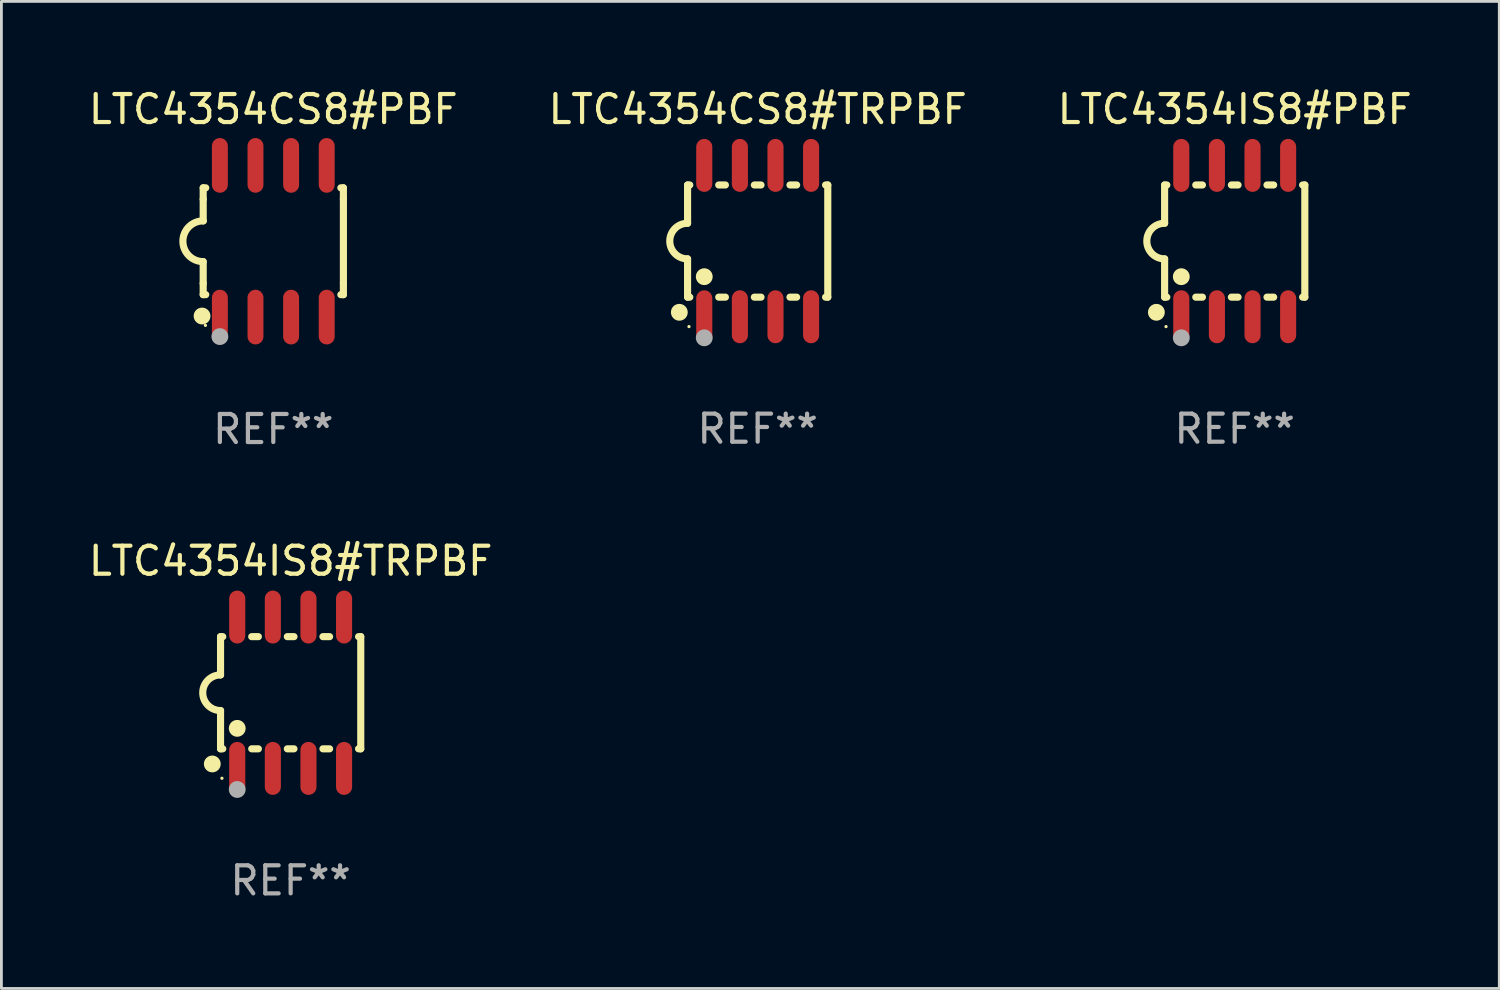
<source format=kicad_pcb>
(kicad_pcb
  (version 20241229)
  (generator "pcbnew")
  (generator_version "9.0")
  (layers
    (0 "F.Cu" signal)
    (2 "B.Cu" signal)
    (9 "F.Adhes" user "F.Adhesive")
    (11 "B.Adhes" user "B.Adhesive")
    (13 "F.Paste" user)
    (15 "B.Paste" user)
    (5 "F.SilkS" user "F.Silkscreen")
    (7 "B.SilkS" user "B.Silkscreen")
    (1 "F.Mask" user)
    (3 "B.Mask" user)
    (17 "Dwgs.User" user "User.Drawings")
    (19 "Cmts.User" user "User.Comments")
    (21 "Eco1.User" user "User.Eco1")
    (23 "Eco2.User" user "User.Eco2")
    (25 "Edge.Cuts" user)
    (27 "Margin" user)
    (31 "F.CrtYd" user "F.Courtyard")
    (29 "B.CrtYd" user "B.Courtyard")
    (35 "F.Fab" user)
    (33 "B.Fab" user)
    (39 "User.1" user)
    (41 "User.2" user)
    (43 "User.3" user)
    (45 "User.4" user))
  (footprint "LTC4354CS8#TRPBF"
    (layer "F.Cu")
    (at 23.97 5.547)
    (property "Reference" "LTC4354CS8#TRPBF" (at 0 -4.699 0) (layer "F.SilkS") (effects (font (size 1 1) (thickness 0.15))))
    (attr through_hole)
    (fp_line (start -2.5 -2) (end -2.5 -0.635) (stroke (width 0.254) (type solid)) (layer "F.SilkS"))
    (fp_line (start -2.5 -2) (end -2.421 -2) (stroke (width 0.254) (type solid)) (layer "F.SilkS"))
    (fp_line (start -2.5 2) (end -2.5 0.635) (stroke (width 0.254) (type solid)) (layer "F.SilkS"))
    (fp_line (start -2.5 2) (end -2.421 2) (stroke (width 0.254) (type solid)) (layer "F.SilkS"))
    (fp_line (start -1.389 -2) (end -1.151 -2) (stroke (width 0.254) (type solid)) (layer "F.SilkS"))
    (fp_line (start -1.389 2) (end -1.151 2) (stroke (width 0.254) (type solid)) (layer "F.SilkS"))
    (fp_line (start -0.119 -2) (end 0.119 -2) (stroke (width 0.254) (type solid)) (layer "F.SilkS"))
    (fp_line (start -0.119 2) (end 0.119 2) (stroke (width 0.254) (type solid)) (layer "F.SilkS"))
    (fp_line (start 1.151 -2) (end 1.389 -2) (stroke (width 0.254) (type solid)) (layer "F.SilkS"))
    (fp_line (start 1.151 2) (end 1.389 2) (stroke (width 0.254) (type solid)) (layer "F.SilkS"))
    (fp_line (start 2.421 -2) (end 2.5 -2) (stroke (width 0.254) (type solid)) (layer "F.SilkS"))
    (fp_line (start 2.421 2) (end 2.5 2) (stroke (width 0.254) (type solid)) (layer "F.SilkS"))
    (fp_line (start 2.5 -2) (end 2.5 2) (stroke (width 0.254) (type solid)) (layer "F.SilkS"))
    (fp_arc (start -2.5 0.635001) (mid -3.134366 -0.000318) (end -2.499365 -0.635001) (stroke (width 0.254001) (type solid)) (layer "F.SilkS"))
    (fp_circle (center -2.794 2.54) (end -2.644 2.54) (stroke (width 0.3) (type solid)) (fill no) (layer "F.SilkS"))
    (fp_circle (center -2.45 3.05) (end -2.42 3.05) (stroke (width 0.06) (type solid)) (fill no) (layer "F.SilkS"))
    (fp_circle (center -1.905 1.27) (end -1.755 1.27) (stroke (width 0.3) (type solid)) (fill no) (layer "F.SilkS"))
    (fp_circle (center -1.905 3.45) (end -1.755 3.45) (stroke (width 0.3) (type solid)) (fill no) (layer "F.Fab"))
    (fp_text user "REF**" (at 0 6.699 0) (layer "F.Fab") (effects (font (size 1 1) (thickness 0.15))))
    (pad "1" smd oval (at -1.905 2.699) (size 0.574 1.888) (layers "F.Cu" "F.Mask" "F.Paste"))
    (pad "2" smd oval (at -0.635 2.699) (size 0.574 1.888) (layers "F.Cu" "F.Mask" "F.Paste"))
    (pad "3" smd oval (at 0.635 2.699) (size 0.574 1.888) (layers "F.Cu" "F.Mask" "F.Paste"))
    (pad "4" smd oval (at 1.905 2.699) (size 0.574 1.888) (layers "F.Cu" "F.Mask" "F.Paste"))
    (pad "5" smd oval (at 1.905 -2.699) (size 0.574 1.888) (layers "F.Cu" "F.Mask" "F.Paste"))
    (pad "6" smd oval (at 0.635 -2.699) (size 0.574 1.888) (layers "F.Cu" "F.Mask" "F.Paste"))
    (pad "7" smd oval (at -0.635 -2.699) (size 0.574 1.888) (layers "F.Cu" "F.Mask" "F.Paste"))
    (pad "8" smd oval (at -1.905 -2.699) (size 0.574 1.888) (layers "F.Cu" "F.Mask" "F.Paste")))
  (footprint "LTC4354IS8#PBF"
    (layer "F.Cu")
    (at 40.982 5.547)
    (property "Reference" "LTC4354IS8#PBF" (at 0 -4.699 0) (layer "F.SilkS") (effects (font (size 1 1) (thickness 0.15))))
    (attr through_hole)
    (fp_line (start -2.5 -2) (end -2.5 -0.635) (stroke (width 0.254) (type solid)) (layer "F.SilkS"))
    (fp_line (start -2.5 -2) (end -2.421 -2) (stroke (width 0.254) (type solid)) (layer "F.SilkS"))
    (fp_line (start -2.5 2) (end -2.5 0.635) (stroke (width 0.254) (type solid)) (layer "F.SilkS"))
    (fp_line (start -2.5 2) (end -2.421 2) (stroke (width 0.254) (type solid)) (layer "F.SilkS"))
    (fp_line (start -1.389 -2) (end -1.151 -2) (stroke (width 0.254) (type solid)) (layer "F.SilkS"))
    (fp_line (start -1.389 2) (end -1.151 2) (stroke (width 0.254) (type solid)) (layer "F.SilkS"))
    (fp_line (start -0.119 -2) (end 0.119 -2) (stroke (width 0.254) (type solid)) (layer "F.SilkS"))
    (fp_line (start -0.119 2) (end 0.119 2) (stroke (width 0.254) (type solid)) (layer "F.SilkS"))
    (fp_line (start 1.151 -2) (end 1.389 -2) (stroke (width 0.254) (type solid)) (layer "F.SilkS"))
    (fp_line (start 1.151 2) (end 1.389 2) (stroke (width 0.254) (type solid)) (layer "F.SilkS"))
    (fp_line (start 2.421 -2) (end 2.5 -2) (stroke (width 0.254) (type solid)) (layer "F.SilkS"))
    (fp_line (start 2.421 2) (end 2.5 2) (stroke (width 0.254) (type solid)) (layer "F.SilkS"))
    (fp_line (start 2.5 -2) (end 2.5 2) (stroke (width 0.254) (type solid)) (layer "F.SilkS"))
    (fp_arc (start -2.5 0.635001) (mid -3.134366 -0.000318) (end -2.499365 -0.635001) (stroke (width 0.254001) (type solid)) (layer "F.SilkS"))
    (fp_circle (center -2.794 2.54) (end -2.644 2.54) (stroke (width 0.3) (type solid)) (fill no) (layer "F.SilkS"))
    (fp_circle (center -2.45 3.05) (end -2.42 3.05) (stroke (width 0.06) (type solid)) (fill no) (layer "F.SilkS"))
    (fp_circle (center -1.905 1.27) (end -1.755 1.27) (stroke (width 0.3) (type solid)) (fill no) (layer "F.SilkS"))
    (fp_circle (center -1.905 3.45) (end -1.755 3.45) (stroke (width 0.3) (type solid)) (fill no) (layer "F.Fab"))
    (fp_text user "REF**" (at 0 6.699 0) (layer "F.Fab") (effects (font (size 1 1) (thickness 0.15))))
    (pad "1" smd oval (at -1.905 2.699) (size 0.574 1.888) (layers "F.Cu" "F.Mask" "F.Paste"))
    (pad "2" smd oval (at -0.635 2.699) (size 0.574 1.888) (layers "F.Cu" "F.Mask" "F.Paste"))
    (pad "3" smd oval (at 0.635 2.699) (size 0.574 1.888) (layers "F.Cu" "F.Mask" "F.Paste"))
    (pad "4" smd oval (at 1.905 2.699) (size 0.574 1.888) (layers "F.Cu" "F.Mask" "F.Paste"))
    (pad "5" smd oval (at 1.905 -2.699) (size 0.574 1.888) (layers "F.Cu" "F.Mask" "F.Paste"))
    (pad "6" smd oval (at 0.635 -2.699) (size 0.574 1.888) (layers "F.Cu" "F.Mask" "F.Paste"))
    (pad "7" smd oval (at -0.635 -2.699) (size 0.574 1.888) (layers "F.Cu" "F.Mask" "F.Paste"))
    (pad "8" smd oval (at -1.905 -2.699) (size 0.574 1.888) (layers "F.Cu" "F.Mask" "F.Paste")))
  (footprint "LTC4354CS8#PBF"
    (layer "F.Cu")
    (at 6.696 5.553)
    (property "Reference" "LTC4354CS8#PBF" (at 0 -4.705 0) (layer "F.SilkS") (effects (font (size 1 1) (thickness 0.15))))
    (attr through_hole)
    (fp_line (start -2.5 -1.905) (end -2.409 -1.905) (stroke (width 0.254) (type solid)) (layer "F.SilkS"))
    (fp_line (start -2.5 -1.5) (end -2.5 -1.905) (stroke (width 0.254) (type solid)) (layer "F.SilkS"))
    (fp_line (start -2.5 -1.5) (end -2.5 -0.726) (stroke (width 0.254) (type solid)) (layer "F.SilkS"))
    (fp_line (start -2.5 1.5) (end -2.5 0.727) (stroke (width 0.254) (type solid)) (layer "F.SilkS"))
    (fp_line (start -2.5 1.5) (end -2.5 1.905) (stroke (width 0.254) (type solid)) (layer "F.SilkS"))
    (fp_line (start -2.5 1.905) (end -2.409 1.905) (stroke (width 0.254) (type solid)) (layer "F.SilkS"))
    (fp_line (start 2.5 -1.905) (end 2.409 -1.905) (stroke (width 0.254) (type solid)) (layer "F.SilkS"))
    (fp_line (start 2.5 -1.5) (end 2.5 -1.905) (stroke (width 0.254) (type solid)) (layer "F.SilkS"))
    (fp_line (start 2.5 -1.5) (end 2.5 1.5) (stroke (width 0.254) (type solid)) (layer "F.SilkS"))
    (fp_line (start 2.5 1.5) (end 2.5 1.905) (stroke (width 0.254) (type solid)) (layer "F.SilkS"))
    (fp_line (start 2.5 1.905) (end 2.409 1.905) (stroke (width 0.254) (type solid)) (layer "F.SilkS"))
    (fp_arc (start -2.5 0.726568) (mid -3.220316 -0.0023) (end -2.495097 -0.726289) (stroke (width 0.254001) (type solid)) (layer "F.SilkS"))
    (fp_circle (center -2.54 2.667) (end -2.39 2.667) (stroke (width 0.3) (type solid)) (fill no) (layer "F.SilkS"))
    (fp_circle (center -2.42 3) (end -2.39 3) (stroke (width 0.06) (type solid)) (fill no) (layer "F.SilkS"))
    (fp_circle (center -1.905 3.4) (end -1.755 3.4) (stroke (width 0.3) (type solid)) (fill no) (layer "F.Fab"))
    (fp_text user "REF**" (at 0 6.705 0) (layer "F.Fab") (effects (font (size 1 1) (thickness 0.15))))
    (pad "1" smd oval (at -1.905 2.705) (size 0.568 1.95) (layers "F.Cu" "F.Mask" "F.Paste"))
    (pad "2" smd oval (at -0.635 2.705) (size 0.568 1.95) (layers "F.Cu" "F.Mask" "F.Paste"))
    (pad "3" smd oval (at 0.635 2.705) (size 0.568 1.95) (layers "F.Cu" "F.Mask" "F.Paste"))
    (pad "4" smd oval (at 1.905 2.705) (size 0.568 1.95) (layers "F.Cu" "F.Mask" "F.Paste"))
    (pad "5" smd oval (at 1.905 -2.705) (size 0.568 1.95) (layers "F.Cu" "F.Mask" "F.Paste"))
    (pad "6" smd oval (at 0.635 -2.705) (size 0.568 1.95) (layers "F.Cu" "F.Mask" "F.Paste"))
    (pad "7" smd oval (at -0.635 -2.705) (size 0.568 1.95) (layers "F.Cu" "F.Mask" "F.Paste"))
    (pad "8" smd oval (at -1.905 -2.705) (size 0.568 1.95) (layers "F.Cu" "F.Mask" "F.Paste")))
  (footprint "LTC4354IS8#TRPBF"
    (layer "F.Cu")
    (at 7.315 21.654)
    (property "Reference" "LTC4354IS8#TRPBF" (at 0 -4.699 0) (layer "F.SilkS") (effects (font (size 1 1) (thickness 0.15))))
    (attr through_hole)
    (fp_line (start -2.5 -2) (end -2.5 -0.635) (stroke (width 0.254) (type solid)) (layer "F.SilkS"))
    (fp_line (start -2.5 -2) (end -2.421 -2) (stroke (width 0.254) (type solid)) (layer "F.SilkS"))
    (fp_line (start -2.5 2) (end -2.5 0.635) (stroke (width 0.254) (type solid)) (layer "F.SilkS"))
    (fp_line (start -2.5 2) (end -2.421 2) (stroke (width 0.254) (type solid)) (layer "F.SilkS"))
    (fp_line (start -1.389 -2) (end -1.151 -2) (stroke (width 0.254) (type solid)) (layer "F.SilkS"))
    (fp_line (start -1.389 2) (end -1.151 2) (stroke (width 0.254) (type solid)) (layer "F.SilkS"))
    (fp_line (start -0.119 -2) (end 0.119 -2) (stroke (width 0.254) (type solid)) (layer "F.SilkS"))
    (fp_line (start -0.119 2) (end 0.119 2) (stroke (width 0.254) (type solid)) (layer "F.SilkS"))
    (fp_line (start 1.151 -2) (end 1.389 -2) (stroke (width 0.254) (type solid)) (layer "F.SilkS"))
    (fp_line (start 1.151 2) (end 1.389 2) (stroke (width 0.254) (type solid)) (layer "F.SilkS"))
    (fp_line (start 2.421 -2) (end 2.5 -2) (stroke (width 0.254) (type solid)) (layer "F.SilkS"))
    (fp_line (start 2.421 2) (end 2.5 2) (stroke (width 0.254) (type solid)) (layer "F.SilkS"))
    (fp_line (start 2.5 -2) (end 2.5 2) (stroke (width 0.254) (type solid)) (layer "F.SilkS"))
    (fp_arc (start -2.5 0.635001) (mid -3.134366 -0.000318) (end -2.499365 -0.635001) (stroke (width 0.254001) (type solid)) (layer "F.SilkS"))
    (fp_circle (center -2.794 2.54) (end -2.644 2.54) (stroke (width 0.3) (type solid)) (fill no) (layer "F.SilkS"))
    (fp_circle (center -2.45 3.05) (end -2.42 3.05) (stroke (width 0.06) (type solid)) (fill no) (layer "F.SilkS"))
    (fp_circle (center -1.905 1.27) (end -1.755 1.27) (stroke (width 0.3) (type solid)) (fill no) (layer "F.SilkS"))
    (fp_circle (center -1.905 3.45) (end -1.755 3.45) (stroke (width 0.3) (type solid)) (fill no) (layer "F.Fab"))
    (fp_text user "REF**" (at 0 6.699 0) (layer "F.Fab") (effects (font (size 1 1) (thickness 0.15))))
    (pad "1" smd oval (at -1.905 2.699) (size 0.574 1.888) (layers "F.Cu" "F.Mask" "F.Paste"))
    (pad "2" smd oval (at -0.635 2.699) (size 0.574 1.888) (layers "F.Cu" "F.Mask" "F.Paste"))
    (pad "3" smd oval (at 0.635 2.699) (size 0.574 1.888) (layers "F.Cu" "F.Mask" "F.Paste"))
    (pad "4" smd oval (at 1.905 2.699) (size 0.574 1.888) (layers "F.Cu" "F.Mask" "F.Paste"))
    (pad "5" smd oval (at 1.905 -2.699) (size 0.574 1.888) (layers "F.Cu" "F.Mask" "F.Paste"))
    (pad "6" smd oval (at 0.635 -2.699) (size 0.574 1.888) (layers "F.Cu" "F.Mask" "F.Paste"))
    (pad "7" smd oval (at -0.635 -2.699) (size 0.574 1.888) (layers "F.Cu" "F.Mask" "F.Paste"))
    (pad "8" smd oval (at -1.905 -2.699) (size 0.574 1.888) (layers "F.Cu" "F.Mask" "F.Paste")))
  (gr_rect
    (start -3 -3)
    (end 50.417 32.201)
    (stroke (width 0.1) (type default))
    (fill no)
    (layer "Edge.Cuts")))
</source>
